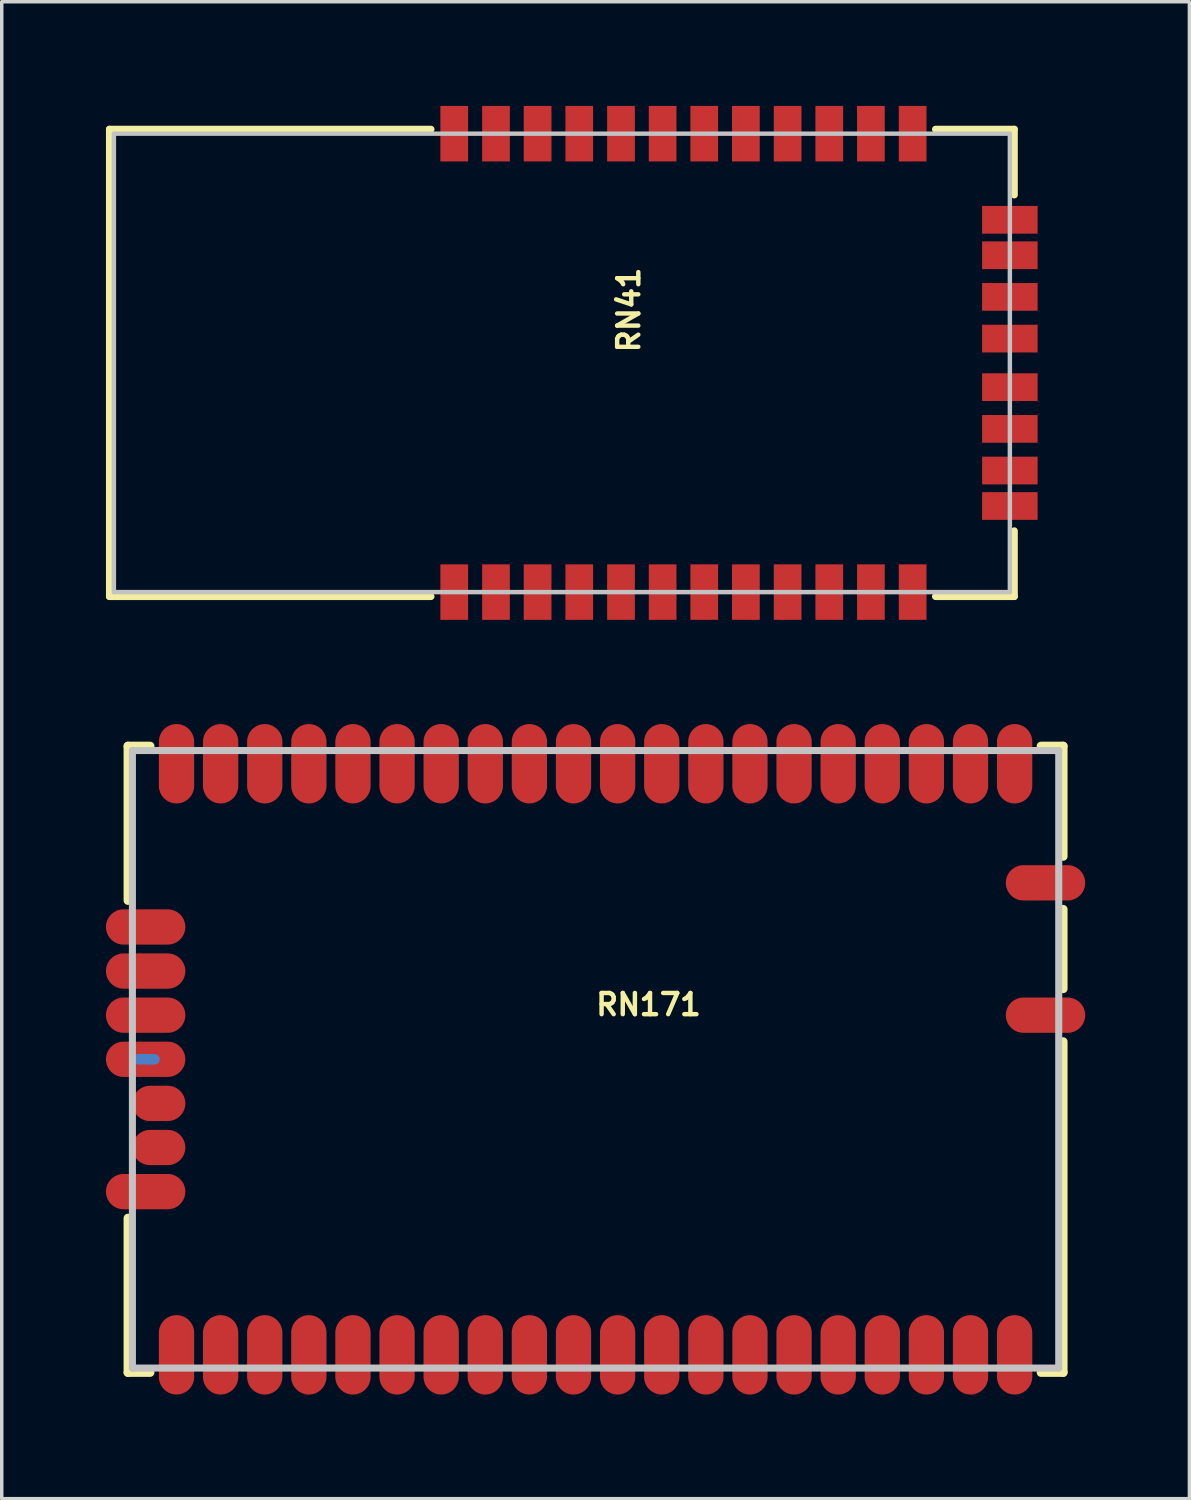
<source format=kicad_pcb>
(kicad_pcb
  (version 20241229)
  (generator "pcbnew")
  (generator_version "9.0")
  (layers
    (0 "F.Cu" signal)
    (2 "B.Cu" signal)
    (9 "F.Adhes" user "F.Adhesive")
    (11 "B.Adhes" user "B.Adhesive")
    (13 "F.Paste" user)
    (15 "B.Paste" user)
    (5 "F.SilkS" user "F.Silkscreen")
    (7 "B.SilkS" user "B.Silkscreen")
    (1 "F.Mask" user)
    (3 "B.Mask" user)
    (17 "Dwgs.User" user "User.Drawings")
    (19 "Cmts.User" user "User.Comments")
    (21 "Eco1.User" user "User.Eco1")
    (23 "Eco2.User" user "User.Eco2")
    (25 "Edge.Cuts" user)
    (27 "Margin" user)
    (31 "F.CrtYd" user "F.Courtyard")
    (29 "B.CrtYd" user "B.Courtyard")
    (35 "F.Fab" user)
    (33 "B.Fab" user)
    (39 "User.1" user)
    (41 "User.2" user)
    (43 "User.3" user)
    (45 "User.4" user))
  (footprint "RN171"
    (layer "F.Cu")
    (at 14.097 27.448)
    (property "Reference" "RN171" (at 1.524 -1.575 0) (layer "F.SilkS") (effects (font (size 0.61 0.61) (thickness 0.127))))
    (attr smd)
    (fp_line (start -12.7 0) (end -13.157 0) (stroke (width 0.305) (type solid)) (layer "B.Cu"))
    (fp_line (start -13.462 -9.017) (end -12.827 -9.017) (stroke (width 0.254) (type solid)) (layer "F.SilkS"))
    (fp_line (start -13.462 -4.572) (end -13.462 -9.017) (stroke (width 0.254) (type solid)) (layer "F.SilkS"))
    (fp_line (start -13.462 9.017) (end -13.462 4.572) (stroke (width 0.254) (type solid)) (layer "F.SilkS"))
    (fp_line (start -13.462 9.017) (end -12.827 9.017) (stroke (width 0.254) (type solid)) (layer "F.SilkS"))
    (fp_line (start 12.827 -9.017) (end 13.462 -9.017) (stroke (width 0.254) (type solid)) (layer "F.SilkS"))
    (fp_line (start 13.462 -9.017) (end 13.462 -5.842) (stroke (width 0.254) (type solid)) (layer "F.SilkS"))
    (fp_line (start 13.462 -4.318) (end 13.462 -2.032) (stroke (width 0.254) (type solid)) (layer "F.SilkS"))
    (fp_line (start 13.462 -0.508) (end 13.462 9.017) (stroke (width 0.254) (type solid)) (layer "F.SilkS"))
    (fp_line (start 13.462 9.017) (end 12.827 9.017) (stroke (width 0.254) (type solid)) (layer "F.SilkS"))
    (fp_line (start -13.335 -8.89) (end 13.335 -8.89) (stroke (width 0.203) (type solid)) (layer "Dwgs.User"))
    (fp_line (start -13.335 8.89) (end -13.335 -8.89) (stroke (width 0.203) (type solid)) (layer "Dwgs.User"))
    (fp_line (start 13.335 -8.89) (end 13.335 8.89) (stroke (width 0.203) (type solid)) (layer "Dwgs.User"))
    (fp_line (start 13.335 8.89) (end -13.335 8.89) (stroke (width 0.203) (type solid)) (layer "Dwgs.User"))
    (pad "1" smd oval (at 12.065 -8.509 180) (size 1.016 2.286) (layers "F.Cu" "F.Mask" "F.Paste"))
    (pad "2" smd oval (at 10.795 -8.509 180) (size 1.016 2.286) (layers "F.Cu" "F.Mask" "F.Paste"))
    (pad "3" smd oval (at 9.525 -8.509 180) (size 1.016 2.286) (layers "F.Cu" "F.Mask" "F.Paste"))
    (pad "4" smd oval (at 8.255 -8.509 180) (size 1.016 2.286) (layers "F.Cu" "F.Mask" "F.Paste"))
    (pad "5" smd oval (at 6.985 -8.509 180) (size 1.016 2.286) (layers "F.Cu" "F.Mask" "F.Paste"))
    (pad "6" smd oval (at 5.715 -8.509 180) (size 1.016 2.286) (layers "F.Cu" "F.Mask" "F.Paste"))
    (pad "7" smd oval (at 4.445 -8.509 180) (size 1.016 2.286) (layers "F.Cu" "F.Mask" "F.Paste"))
    (pad "8" smd oval (at 3.175 -8.509 180) (size 1.016 2.286) (layers "F.Cu" "F.Mask" "F.Paste"))
    (pad "9" smd oval (at 1.905 -8.509 180) (size 1.016 2.286) (layers "F.Cu" "F.Mask" "F.Paste"))
    (pad "10" smd oval (at 0.635 -8.509 180) (size 1.016 2.286) (layers "F.Cu" "F.Mask" "F.Paste"))
    (pad "11" smd oval (at -0.635 -8.509 180) (size 1.016 2.286) (layers "F.Cu" "F.Mask" "F.Paste"))
    (pad "12" smd oval (at -1.905 -8.509 180) (size 1.016 2.286) (layers "F.Cu" "F.Mask" "F.Paste"))
    (pad "13" smd oval (at -3.175 -8.509 180) (size 1.016 2.286) (layers "F.Cu" "F.Mask" "F.Paste"))
    (pad "14" smd oval (at -4.445 -8.509 180) (size 1.016 2.286) (layers "F.Cu" "F.Mask" "F.Paste"))
    (pad "15" smd oval (at -5.715 -8.509 180) (size 1.016 2.286) (layers "F.Cu" "F.Mask" "F.Paste"))
    (pad "16" smd oval (at -6.985 -8.509 180) (size 1.016 2.286) (layers "F.Cu" "F.Mask" "F.Paste"))
    (pad "17" smd oval (at -8.255 -8.509 180) (size 1.016 2.286) (layers "F.Cu" "F.Mask" "F.Paste"))
    (pad "18" smd oval (at -9.525 -8.509 180) (size 1.016 2.286) (layers "F.Cu" "F.Mask" "F.Paste"))
    (pad "19" smd oval (at -10.795 -8.509 180) (size 1.016 2.286) (layers "F.Cu" "F.Mask" "F.Paste"))
    (pad "20" smd oval (at -12.065 -8.509 180) (size 1.016 2.286) (layers "F.Cu" "F.Mask" "F.Paste"))
    (pad "21" smd oval (at -12.954 -3.81 90) (size 1.016 2.286) (layers "F.Cu" "F.Mask" "F.Paste"))
    (pad "22" smd oval (at -12.954 -2.54 90) (size 1.016 2.286) (layers "F.Cu" "F.Mask" "F.Paste"))
    (pad "23" smd oval (at -12.954 -1.27 90) (size 1.016 2.286) (layers "F.Cu" "F.Mask" "F.Paste"))
    (pad "24" smd oval (at -12.954 0 90) (size 1.016 2.286) (layers "F.Cu" "F.Mask" "F.Paste"))
    (pad "25" smd oval (at -12.573 1.27 90) (size 1.016 1.524) (layers "F.Cu" "F.Mask" "F.Paste"))
    (pad "26" smd oval (at -12.573 2.54 90) (size 1.016 1.524) (layers "F.Cu" "F.Mask" "F.Paste"))
    (pad "27" smd oval (at -12.954 3.81 90) (size 1.016 2.286) (layers "F.Cu" "F.Mask" "F.Paste"))
    (pad "28" smd oval (at -12.065 8.509 180) (size 1.016 2.286) (layers "F.Cu" "F.Mask" "F.Paste"))
    (pad "29" smd oval (at -10.795 8.509 180) (size 1.016 2.286) (layers "F.Cu" "F.Mask" "F.Paste"))
    (pad "30" smd oval (at -9.525 8.509 180) (size 1.016 2.286) (layers "F.Cu" "F.Mask" "F.Paste"))
    (pad "31" smd oval (at -8.255 8.509 180) (size 1.016 2.286) (layers "F.Cu" "F.Mask" "F.Paste"))
    (pad "32" smd oval (at -6.985 8.509 180) (size 1.016 2.286) (layers "F.Cu" "F.Mask" "F.Paste"))
    (pad "33" smd oval (at -5.715 8.509 180) (size 1.016 2.286) (layers "F.Cu" "F.Mask" "F.Paste"))
    (pad "34" smd oval (at -4.445 8.509 180) (size 1.016 2.286) (layers "F.Cu" "F.Mask" "F.Paste"))
    (pad "35" smd oval (at -3.175 8.509 180) (size 1.016 2.286) (layers "F.Cu" "F.Mask" "F.Paste"))
    (pad "36" smd oval (at -1.905 8.509 180) (size 1.016 2.286) (layers "F.Cu" "F.Mask" "F.Paste"))
    (pad "37" smd oval (at -0.635 8.509 180) (size 1.016 2.286) (layers "F.Cu" "F.Mask" "F.Paste"))
    (pad "38" smd oval (at 0.635 8.509 180) (size 1.016 2.286) (layers "F.Cu" "F.Mask" "F.Paste"))
    (pad "39" smd oval (at 1.905 8.509 180) (size 1.016 2.286) (layers "F.Cu" "F.Mask" "F.Paste"))
    (pad "40" smd oval (at 3.175 8.509 180) (size 1.016 2.286) (layers "F.Cu" "F.Mask" "F.Paste"))
    (pad "41" smd oval (at 4.445 8.509 180) (size 1.016 2.286) (layers "F.Cu" "F.Mask" "F.Paste"))
    (pad "42" smd oval (at 5.715 8.509 180) (size 1.016 2.286) (layers "F.Cu" "F.Mask" "F.Paste"))
    (pad "43" smd oval (at 6.985 8.509 180) (size 1.016 2.286) (layers "F.Cu" "F.Mask" "F.Paste"))
    (pad "44" smd oval (at 8.255 8.509 180) (size 1.016 2.286) (layers "F.Cu" "F.Mask" "F.Paste"))
    (pad "45" smd oval (at 9.525 8.509 180) (size 1.016 2.286) (layers "F.Cu" "F.Mask" "F.Paste"))
    (pad "46" smd oval (at 10.795 8.509 180) (size 1.016 2.286) (layers "F.Cu" "F.Mask" "F.Paste"))
    (pad "47" smd oval (at 12.065 8.509 180) (size 1.016 2.286) (layers "F.Cu" "F.Mask" "F.Paste"))
    (pad "48" smd oval (at 12.954 -5.08 270) (size 1.016 2.286) (layers "F.Cu" "F.Mask" "F.Paste"))
    (pad "49" smd oval (at 12.954 -1.27 270) (size 1.016 2.286) (layers "F.Cu" "F.Mask" "F.Paste")))
  (footprint "RN41"
    (layer "F.Cu")
    (at 16.627 7.398)
    (property "Reference" "RN41" (at -1.575 -1.524 90) (layer "F.SilkS") (effects (font (size 0.61 0.61) (thickness 0.127))))
    (attr smd)
    (fp_line (start -16.525 -6.726) (end -16.525 6.726) (stroke (width 0.203) (type solid)) (layer "F.SilkS"))
    (fp_line (start -16.525 -6.726) (end -7.269 -6.726) (stroke (width 0.203) (type solid)) (layer "F.SilkS"))
    (fp_line (start -16.525 6.726) (end -7.269 6.726) (stroke (width 0.203) (type solid)) (layer "F.SilkS"))
    (fp_line (start 9.525 -6.726) (end 7.257 -6.726) (stroke (width 0.203) (type solid)) (layer "F.SilkS"))
    (fp_line (start 9.525 -6.726) (end 9.525 -4.836) (stroke (width 0.203) (type solid)) (layer "F.SilkS"))
    (fp_line (start 9.525 6.726) (end 7.257 6.726) (stroke (width 0.203) (type solid)) (layer "F.SilkS"))
    (fp_line (start 9.525 6.726) (end 9.525 4.836) (stroke (width 0.203) (type solid)) (layer "F.SilkS"))
    (fp_line (start -16.398 -6.599) (end -16.398 6.599) (stroke (width 0.127) (type solid)) (layer "Dwgs.User"))
    (fp_line (start -16.398 6.599) (end 9.398 6.599) (stroke (width 0.127) (type solid)) (layer "Dwgs.User"))
    (fp_line (start 9.398 -6.599) (end -16.398 -6.599) (stroke (width 0.127) (type solid)) (layer "Dwgs.User"))
    (fp_line (start 9.398 6.599) (end 9.398 -6.599) (stroke (width 0.127) (type solid)) (layer "Dwgs.User"))
    (pad "1" smd rect (at -6.599 6.599 180) (size 0.798 1.598) (layers "F.Cu" "F.Mask" "F.Paste"))
    (pad "2" smd rect (at -5.397 6.599 180) (size 0.798 1.598) (layers "F.Cu" "F.Mask" "F.Paste"))
    (pad "3" smd rect (at -4.199 6.599 180) (size 0.798 1.598) (layers "F.Cu" "F.Mask" "F.Paste"))
    (pad "4" smd rect (at -3 6.599 180) (size 0.798 1.598) (layers "F.Cu" "F.Mask" "F.Paste"))
    (pad "5" smd rect (at -1.798 6.599 180) (size 0.798 1.598) (layers "F.Cu" "F.Mask" "F.Paste"))
    (pad "6" smd rect (at -0.599 6.599 180) (size 0.798 1.598) (layers "F.Cu" "F.Mask" "F.Paste"))
    (pad "7" smd rect (at 0.599 6.599 180) (size 0.798 1.598) (layers "F.Cu" "F.Mask" "F.Paste"))
    (pad "8" smd rect (at 1.798 6.599 180) (size 0.798 1.598) (layers "F.Cu" "F.Mask" "F.Paste"))
    (pad "9" smd rect (at 3 6.599 180) (size 0.798 1.598) (layers "F.Cu" "F.Mask" "F.Paste"))
    (pad "10" smd rect (at 4.199 6.599 180) (size 0.798 1.598) (layers "F.Cu" "F.Mask" "F.Paste"))
    (pad "11" smd rect (at 5.397 6.599 180) (size 0.798 1.598) (layers "F.Cu" "F.Mask" "F.Paste"))
    (pad "12" smd rect (at 6.599 6.599 180) (size 0.798 1.598) (layers "F.Cu" "F.Mask" "F.Paste"))
    (pad "13" smd rect (at 6.599 -6.599) (size 0.798 1.598) (layers "F.Cu" "F.Mask" "F.Paste"))
    (pad "14" smd rect (at 5.397 -6.599) (size 0.798 1.598) (layers "F.Cu" "F.Mask" "F.Paste"))
    (pad "15" smd rect (at 4.199 -6.599) (size 0.798 1.598) (layers "F.Cu" "F.Mask" "F.Paste"))
    (pad "16" smd rect (at 3 -6.599) (size 0.798 1.598) (layers "F.Cu" "F.Mask" "F.Paste"))
    (pad "17" smd rect (at 1.798 -6.599) (size 0.798 1.598) (layers "F.Cu" "F.Mask" "F.Paste"))
    (pad "18" smd rect (at 0.599 -6.599) (size 0.798 1.598) (layers "F.Cu" "F.Mask" "F.Paste"))
    (pad "19" smd rect (at -0.599 -6.599) (size 0.798 1.598) (layers "F.Cu" "F.Mask" "F.Paste"))
    (pad "20" smd rect (at -1.798 -6.599) (size 0.798 1.598) (layers "F.Cu" "F.Mask" "F.Paste"))
    (pad "21" smd rect (at -3 -6.599) (size 0.798 1.598) (layers "F.Cu" "F.Mask" "F.Paste"))
    (pad "22" smd rect (at -4.199 -6.599) (size 0.798 1.598) (layers "F.Cu" "F.Mask" "F.Paste"))
    (pad "23" smd rect (at -5.397 -6.599) (size 0.798 1.598) (layers "F.Cu" "F.Mask" "F.Paste"))
    (pad "24" smd rect (at -6.599 -6.599) (size 0.798 1.598) (layers "F.Cu" "F.Mask" "F.Paste"))
    (pad "28" smd rect (at 9.398 -3.099 90) (size 0.798 1.598) (layers "F.Cu" "F.Mask" "F.Paste"))
    (pad "29" smd rect (at 9.398 3.099 90) (size 0.798 1.598) (layers "F.Cu" "F.Mask" "F.Paste"))
    (pad "30" smd rect (at 9.398 -4.12 90) (size 0.798 1.598) (layers "F.Cu" "F.Mask" "F.Paste"))
    (pad "31" smd rect (at 9.398 -1.9 90) (size 0.798 1.598) (layers "F.Cu" "F.Mask" "F.Paste"))
    (pad "32" smd rect (at 9.398 -0.699 90) (size 0.798 1.598) (layers "F.Cu" "F.Mask" "F.Paste"))
    (pad "33" smd rect (at 9.398 0.699 90) (size 0.798 1.598) (layers "F.Cu" "F.Mask" "F.Paste"))
    (pad "34" smd rect (at 9.398 1.9 90) (size 0.798 1.598) (layers "F.Cu" "F.Mask" "F.Paste"))
    (pad "35" smd rect (at 9.398 4.12 90) (size 0.798 1.598) (layers "F.Cu" "F.Mask" "F.Paste")))
  (gr_rect
    (start -3 -3)
    (end 31.194 40.099)
    (stroke (width 0.1) (type default))
    (fill no)
    (layer "Edge.Cuts")))
</source>
